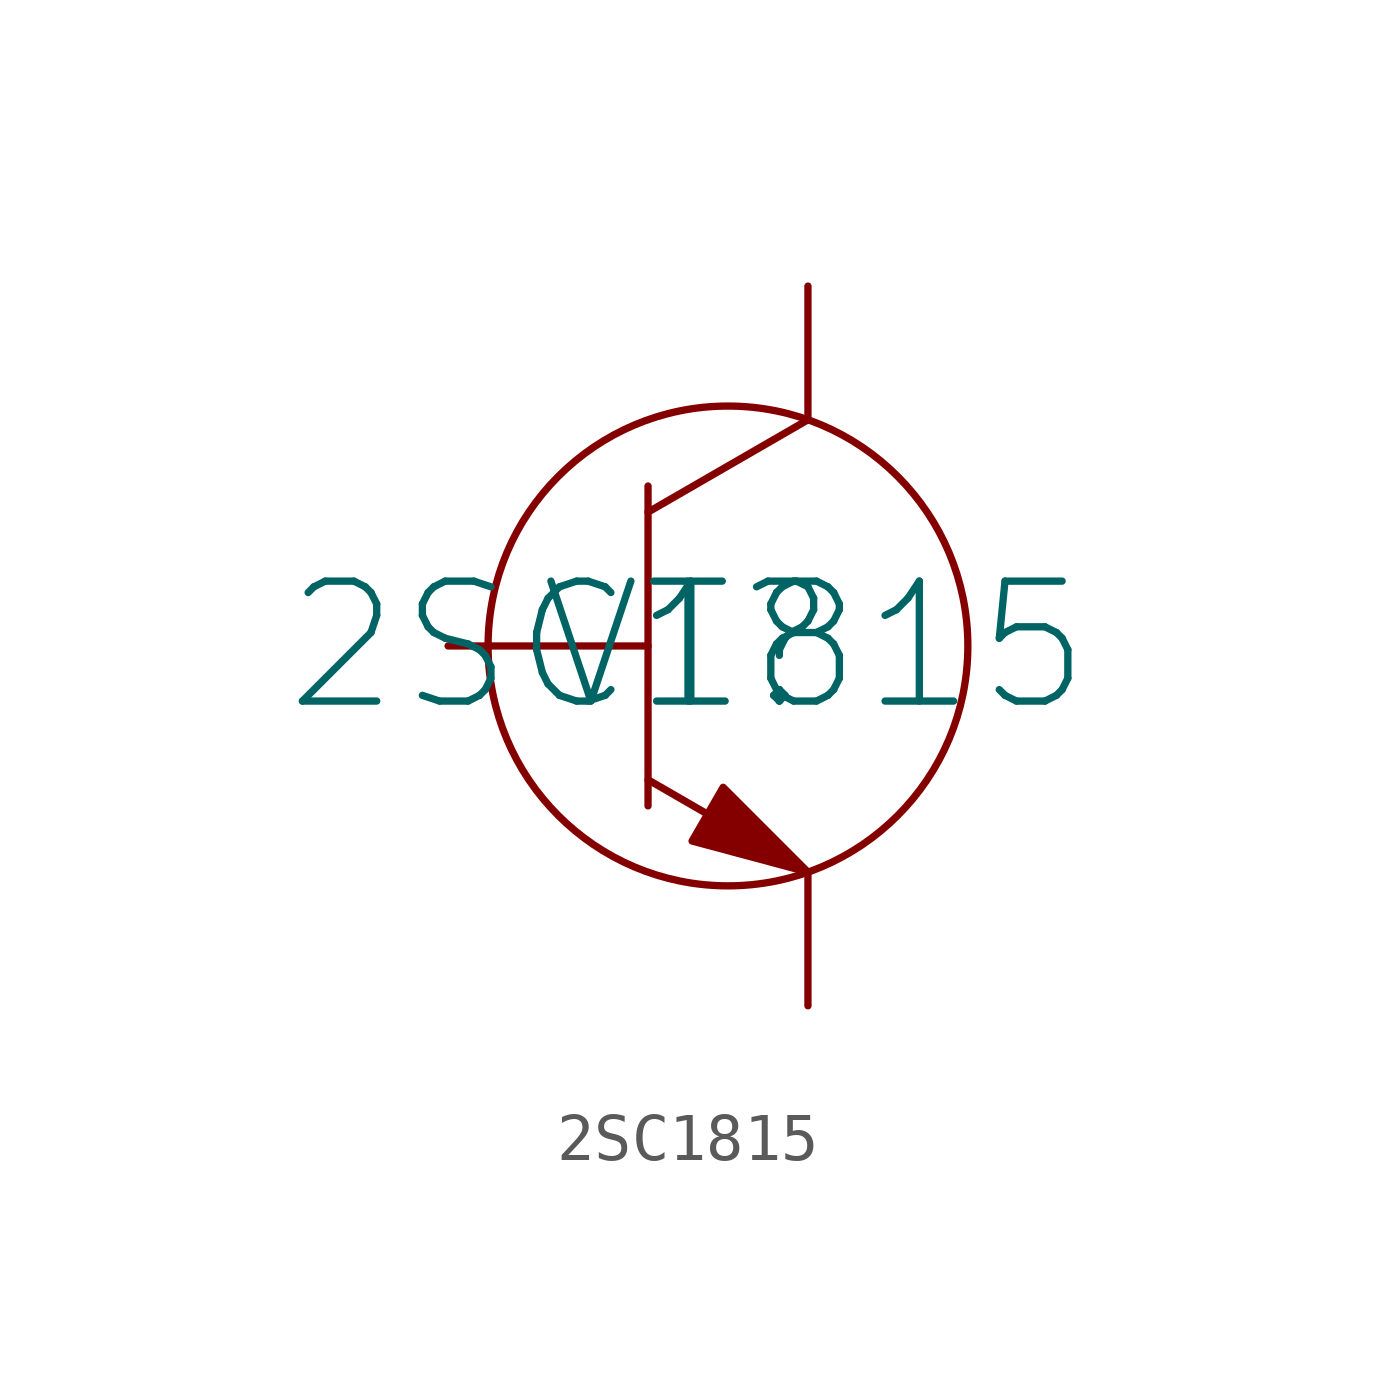
<source format=kicad_sym>
(kicad_symbol_lib
  (version 20220914)
  (generator kicad_symbol_editor)
  (symbol "2SC1815"
    (pin_numbers hide)
    (pin_names hide)
    (property "Reference" "VT"
      (at 0 0 0)
      (effects (font (size 2.5 2.5))))
    (property "Value" "2SC1815"
      (at 0 0 0)
      (effects (font (size 2.5 2.5))))
    (symbol "2SC1815_0_1"
      (polyline (pts (xy -0.833 -2.789) (xy 2.5 -4.714)) (stroke (width 0) (type default)) (fill (type none)))
      (polyline (pts (xy -0.833 2.789) (xy 2.5 4.714)) (stroke (width 0) (type default)) (fill (type none)))
      (polyline (pts (xy -0.833 3.333) (xy -0.833 -3.333)) (stroke (width 0) (type default)) (fill (type none)))
      (circle (center 0.833 0) (radius 5) (stroke (width 0) (type default)) (fill (type none))))
    (symbol "2SC1815_1_1"
      (polyline (pts (xy 2.5 -4.714) (xy 0.085 -4.066) (xy 0.732 -2.946) (xy 2.5 -4.714)) (stroke (width 0) (type default)) (fill (type outline)))
      (pin input line (at -5 0 0) (length 4.167) (name "" (effects (font (size 1.27 1.27)))) (number "1" (effects (font (size 1.27 1.27)))))
      (pin input line (at 2.5 -7.5 90) (length 2.786) (name "" (effects (font (size 1.27 1.27)))) (number "2" (effects (font (size 1.27 1.27)))))
      (pin input line (at 2.5 7.5 270) (length 2.786) (name "" (effects (font (size 1.27 1.27)))) (number "3" (effects (font (size 1.27 1.27))))))))
</source>
